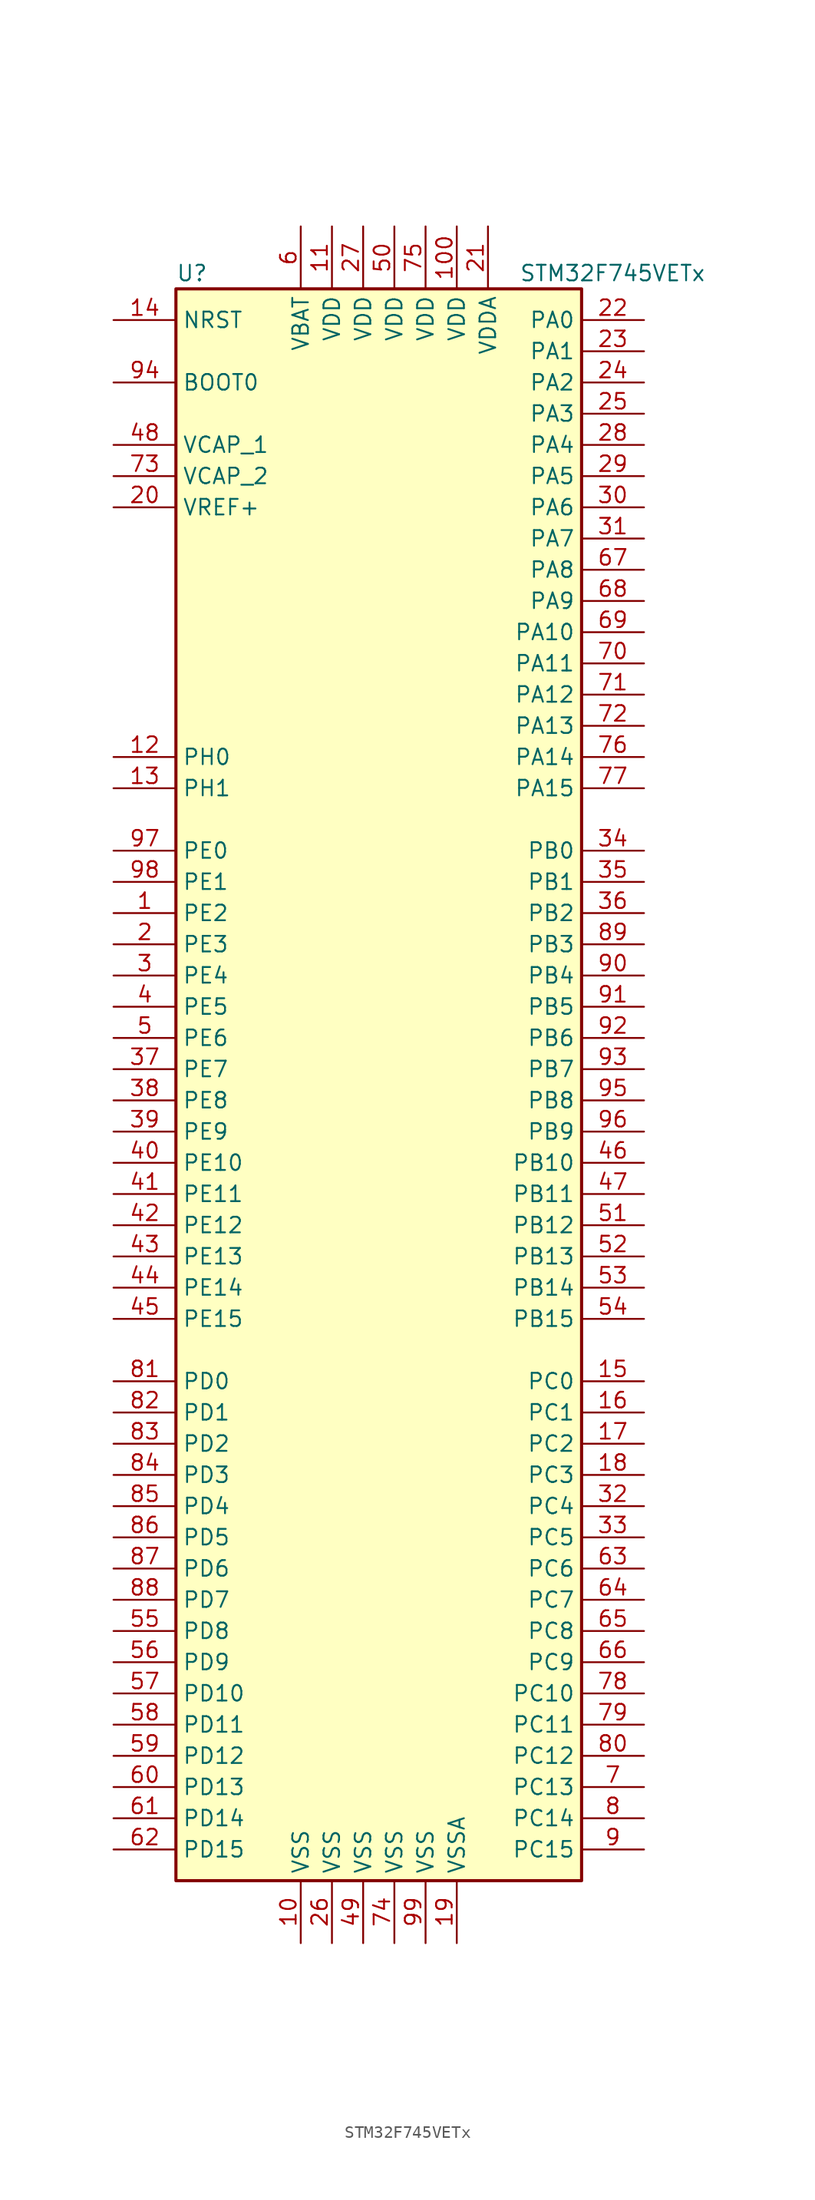
<source format=kicad_sym>
(kicad_symbol_lib
  (version 20220914)
  (generator kicad_symbol_editor)
  (symbol "STM32F745VETx"
    (property "Reference" "U"
      (at -17.78 64.77 0)
      (effects (font (size 1.27 1.27)) (justify left)))
    (property "Value" "STM32F745VETx"
      (at 10.16 64.77 0)
      (effects (font (size 1.27 1.27)) (justify left)))
    (symbol "STM32F745VETx_0_1"
      (rectangle (start -17.78 -66.04) (end 15.24 63.5) (stroke (width 0.254) (type default)) (fill (type background))))
    (symbol "STM32F745VETx_1_1"
      (pin bidirectional line (at -22.86 12.7 0) (length 5.08) (name "PE2" (effects (font (size 1.27 1.27)))) (number "1" (effects (font (size 1.27 1.27)))))
      (pin power_in line (at -7.62 -71.12 90) (length 5.08) (name "VSS" (effects (font (size 1.27 1.27)))) (number "10" (effects (font (size 1.27 1.27)))))
      (pin power_in line (at 5.08 68.58 270) (length 5.08) (name "VDD" (effects (font (size 1.27 1.27)))) (number "100" (effects (font (size 1.27 1.27)))))
      (pin power_in line (at -5.08 68.58 270) (length 5.08) (name "VDD" (effects (font (size 1.27 1.27)))) (number "11" (effects (font (size 1.27 1.27)))))
      (pin input line (at -22.86 25.4 0) (length 5.08) (name "PH0" (effects (font (size 1.27 1.27)))) (number "12" (effects (font (size 1.27 1.27)))))
      (pin input line (at -22.86 22.86 0) (length 5.08) (name "PH1" (effects (font (size 1.27 1.27)))) (number "13" (effects (font (size 1.27 1.27)))))
      (pin input line (at -22.86 60.96 0) (length 5.08) (name "NRST" (effects (font (size 1.27 1.27)))) (number "14" (effects (font (size 1.27 1.27)))))
      (pin bidirectional line (at 20.32 -25.4 180) (length 5.08) (name "PC0" (effects (font (size 1.27 1.27)))) (number "15" (effects (font (size 1.27 1.27)))))
      (pin bidirectional line (at 20.32 -27.94 180) (length 5.08) (name "PC1" (effects (font (size 1.27 1.27)))) (number "16" (effects (font (size 1.27 1.27)))))
      (pin bidirectional line (at 20.32 -30.48 180) (length 5.08) (name "PC2" (effects (font (size 1.27 1.27)))) (number "17" (effects (font (size 1.27 1.27)))))
      (pin bidirectional line (at 20.32 -33.02 180) (length 5.08) (name "PC3" (effects (font (size 1.27 1.27)))) (number "18" (effects (font (size 1.27 1.27)))))
      (pin power_in line (at 5.08 -71.12 90) (length 5.08) (name "VSSA" (effects (font (size 1.27 1.27)))) (number "19" (effects (font (size 1.27 1.27)))))
      (pin bidirectional line (at -22.86 10.16 0) (length 5.08) (name "PE3" (effects (font (size 1.27 1.27)))) (number "2" (effects (font (size 1.27 1.27)))))
      (pin power_in line (at -22.86 45.72 0) (length 5.08) (name "VREF+" (effects (font (size 1.27 1.27)))) (number "20" (effects (font (size 1.27 1.27)))))
      (pin power_in line (at 7.62 68.58 270) (length 5.08) (name "VDDA" (effects (font (size 1.27 1.27)))) (number "21" (effects (font (size 1.27 1.27)))))
      (pin bidirectional line (at 20.32 60.96 180) (length 5.08) (name "PA0" (effects (font (size 1.27 1.27)))) (number "22" (effects (font (size 1.27 1.27)))))
      (pin bidirectional line (at 20.32 58.42 180) (length 5.08) (name "PA1" (effects (font (size 1.27 1.27)))) (number "23" (effects (font (size 1.27 1.27)))))
      (pin bidirectional line (at 20.32 55.88 180) (length 5.08) (name "PA2" (effects (font (size 1.27 1.27)))) (number "24" (effects (font (size 1.27 1.27)))))
      (pin bidirectional line (at 20.32 53.34 180) (length 5.08) (name "PA3" (effects (font (size 1.27 1.27)))) (number "25" (effects (font (size 1.27 1.27)))))
      (pin power_in line (at -5.08 -71.12 90) (length 5.08) (name "VSS" (effects (font (size 1.27 1.27)))) (number "26" (effects (font (size 1.27 1.27)))))
      (pin power_in line (at -2.54 68.58 270) (length 5.08) (name "VDD" (effects (font (size 1.27 1.27)))) (number "27" (effects (font (size 1.27 1.27)))))
      (pin bidirectional line (at 20.32 50.8 180) (length 5.08) (name "PA4" (effects (font (size 1.27 1.27)))) (number "28" (effects (font (size 1.27 1.27)))))
      (pin bidirectional line (at 20.32 48.26 180) (length 5.08) (name "PA5" (effects (font (size 1.27 1.27)))) (number "29" (effects (font (size 1.27 1.27)))))
      (pin bidirectional line (at -22.86 7.62 0) (length 5.08) (name "PE4" (effects (font (size 1.27 1.27)))) (number "3" (effects (font (size 1.27 1.27)))))
      (pin bidirectional line (at 20.32 45.72 180) (length 5.08) (name "PA6" (effects (font (size 1.27 1.27)))) (number "30" (effects (font (size 1.27 1.27)))))
      (pin bidirectional line (at 20.32 43.18 180) (length 5.08) (name "PA7" (effects (font (size 1.27 1.27)))) (number "31" (effects (font (size 1.27 1.27)))))
      (pin bidirectional line (at 20.32 -35.56 180) (length 5.08) (name "PC4" (effects (font (size 1.27 1.27)))) (number "32" (effects (font (size 1.27 1.27)))))
      (pin bidirectional line (at 20.32 -38.1 180) (length 5.08) (name "PC5" (effects (font (size 1.27 1.27)))) (number "33" (effects (font (size 1.27 1.27)))))
      (pin bidirectional line (at 20.32 17.78 180) (length 5.08) (name "PB0" (effects (font (size 1.27 1.27)))) (number "34" (effects (font (size 1.27 1.27)))))
      (pin bidirectional line (at 20.32 15.24 180) (length 5.08) (name "PB1" (effects (font (size 1.27 1.27)))) (number "35" (effects (font (size 1.27 1.27)))))
      (pin bidirectional line (at 20.32 12.7 180) (length 5.08) (name "PB2" (effects (font (size 1.27 1.27)))) (number "36" (effects (font (size 1.27 1.27)))))
      (pin bidirectional line (at -22.86 0 0) (length 5.08) (name "PE7" (effects (font (size 1.27 1.27)))) (number "37" (effects (font (size 1.27 1.27)))))
      (pin bidirectional line (at -22.86 -2.54 0) (length 5.08) (name "PE8" (effects (font (size 1.27 1.27)))) (number "38" (effects (font (size 1.27 1.27)))))
      (pin bidirectional line (at -22.86 -5.08 0) (length 5.08) (name "PE9" (effects (font (size 1.27 1.27)))) (number "39" (effects (font (size 1.27 1.27)))))
      (pin bidirectional line (at -22.86 5.08 0) (length 5.08) (name "PE5" (effects (font (size 1.27 1.27)))) (number "4" (effects (font (size 1.27 1.27)))))
      (pin bidirectional line (at -22.86 -7.62 0) (length 5.08) (name "PE10" (effects (font (size 1.27 1.27)))) (number "40" (effects (font (size 1.27 1.27)))))
      (pin bidirectional line (at -22.86 -10.16 0) (length 5.08) (name "PE11" (effects (font (size 1.27 1.27)))) (number "41" (effects (font (size 1.27 1.27)))))
      (pin bidirectional line (at -22.86 -12.7 0) (length 5.08) (name "PE12" (effects (font (size 1.27 1.27)))) (number "42" (effects (font (size 1.27 1.27)))))
      (pin bidirectional line (at -22.86 -15.24 0) (length 5.08) (name "PE13" (effects (font (size 1.27 1.27)))) (number "43" (effects (font (size 1.27 1.27)))))
      (pin bidirectional line (at -22.86 -17.78 0) (length 5.08) (name "PE14" (effects (font (size 1.27 1.27)))) (number "44" (effects (font (size 1.27 1.27)))))
      (pin bidirectional line (at -22.86 -20.32 0) (length 5.08) (name "PE15" (effects (font (size 1.27 1.27)))) (number "45" (effects (font (size 1.27 1.27)))))
      (pin bidirectional line (at 20.32 -7.62 180) (length 5.08) (name "PB10" (effects (font (size 1.27 1.27)))) (number "46" (effects (font (size 1.27 1.27)))))
      (pin bidirectional line (at 20.32 -10.16 180) (length 5.08) (name "PB11" (effects (font (size 1.27 1.27)))) (number "47" (effects (font (size 1.27 1.27)))))
      (pin power_in line (at -22.86 50.8 0) (length 5.08) (name "VCAP_1" (effects (font (size 1.27 1.27)))) (number "48" (effects (font (size 1.27 1.27)))))
      (pin power_in line (at -2.54 -71.12 90) (length 5.08) (name "VSS" (effects (font (size 1.27 1.27)))) (number "49" (effects (font (size 1.27 1.27)))))
      (pin bidirectional line (at -22.86 2.54 0) (length 5.08) (name "PE6" (effects (font (size 1.27 1.27)))) (number "5" (effects (font (size 1.27 1.27)))))
      (pin power_in line (at 0 68.58 270) (length 5.08) (name "VDD" (effects (font (size 1.27 1.27)))) (number "50" (effects (font (size 1.27 1.27)))))
      (pin bidirectional line (at 20.32 -12.7 180) (length 5.08) (name "PB12" (effects (font (size 1.27 1.27)))) (number "51" (effects (font (size 1.27 1.27)))))
      (pin bidirectional line (at 20.32 -15.24 180) (length 5.08) (name "PB13" (effects (font (size 1.27 1.27)))) (number "52" (effects (font (size 1.27 1.27)))))
      (pin bidirectional line (at 20.32 -17.78 180) (length 5.08) (name "PB14" (effects (font (size 1.27 1.27)))) (number "53" (effects (font (size 1.27 1.27)))))
      (pin bidirectional line (at 20.32 -20.32 180) (length 5.08) (name "PB15" (effects (font (size 1.27 1.27)))) (number "54" (effects (font (size 1.27 1.27)))))
      (pin bidirectional line (at -22.86 -45.72 0) (length 5.08) (name "PD8" (effects (font (size 1.27 1.27)))) (number "55" (effects (font (size 1.27 1.27)))))
      (pin bidirectional line (at -22.86 -48.26 0) (length 5.08) (name "PD9" (effects (font (size 1.27 1.27)))) (number "56" (effects (font (size 1.27 1.27)))))
      (pin bidirectional line (at -22.86 -50.8 0) (length 5.08) (name "PD10" (effects (font (size 1.27 1.27)))) (number "57" (effects (font (size 1.27 1.27)))))
      (pin bidirectional line (at -22.86 -53.34 0) (length 5.08) (name "PD11" (effects (font (size 1.27 1.27)))) (number "58" (effects (font (size 1.27 1.27)))))
      (pin bidirectional line (at -22.86 -55.88 0) (length 5.08) (name "PD12" (effects (font (size 1.27 1.27)))) (number "59" (effects (font (size 1.27 1.27)))))
      (pin power_in line (at -7.62 68.58 270) (length 5.08) (name "VBAT" (effects (font (size 1.27 1.27)))) (number "6" (effects (font (size 1.27 1.27)))))
      (pin bidirectional line (at -22.86 -58.42 0) (length 5.08) (name "PD13" (effects (font (size 1.27 1.27)))) (number "60" (effects (font (size 1.27 1.27)))))
      (pin bidirectional line (at -22.86 -60.96 0) (length 5.08) (name "PD14" (effects (font (size 1.27 1.27)))) (number "61" (effects (font (size 1.27 1.27)))))
      (pin bidirectional line (at -22.86 -63.5 0) (length 5.08) (name "PD15" (effects (font (size 1.27 1.27)))) (number "62" (effects (font (size 1.27 1.27)))))
      (pin bidirectional line (at 20.32 -40.64 180) (length 5.08) (name "PC6" (effects (font (size 1.27 1.27)))) (number "63" (effects (font (size 1.27 1.27)))))
      (pin bidirectional line (at 20.32 -43.18 180) (length 5.08) (name "PC7" (effects (font (size 1.27 1.27)))) (number "64" (effects (font (size 1.27 1.27)))))
      (pin bidirectional line (at 20.32 -45.72 180) (length 5.08) (name "PC8" (effects (font (size 1.27 1.27)))) (number "65" (effects (font (size 1.27 1.27)))))
      (pin bidirectional line (at 20.32 -48.26 180) (length 5.08) (name "PC9" (effects (font (size 1.27 1.27)))) (number "66" (effects (font (size 1.27 1.27)))))
      (pin bidirectional line (at 20.32 40.64 180) (length 5.08) (name "PA8" (effects (font (size 1.27 1.27)))) (number "67" (effects (font (size 1.27 1.27)))))
      (pin bidirectional line (at 20.32 38.1 180) (length 5.08) (name "PA9" (effects (font (size 1.27 1.27)))) (number "68" (effects (font (size 1.27 1.27)))))
      (pin bidirectional line (at 20.32 35.56 180) (length 5.08) (name "PA10" (effects (font (size 1.27 1.27)))) (number "69" (effects (font (size 1.27 1.27)))))
      (pin bidirectional line (at 20.32 -58.42 180) (length 5.08) (name "PC13" (effects (font (size 1.27 1.27)))) (number "7" (effects (font (size 1.27 1.27)))))
      (pin bidirectional line (at 20.32 33.02 180) (length 5.08) (name "PA11" (effects (font (size 1.27 1.27)))) (number "70" (effects (font (size 1.27 1.27)))))
      (pin bidirectional line (at 20.32 30.48 180) (length 5.08) (name "PA12" (effects (font (size 1.27 1.27)))) (number "71" (effects (font (size 1.27 1.27)))))
      (pin bidirectional line (at 20.32 27.94 180) (length 5.08) (name "PA13" (effects (font (size 1.27 1.27)))) (number "72" (effects (font (size 1.27 1.27)))))
      (pin power_in line (at -22.86 48.26 0) (length 5.08) (name "VCAP_2" (effects (font (size 1.27 1.27)))) (number "73" (effects (font (size 1.27 1.27)))))
      (pin power_in line (at 0 -71.12 90) (length 5.08) (name "VSS" (effects (font (size 1.27 1.27)))) (number "74" (effects (font (size 1.27 1.27)))))
      (pin power_in line (at 2.54 68.58 270) (length 5.08) (name "VDD" (effects (font (size 1.27 1.27)))) (number "75" (effects (font (size 1.27 1.27)))))
      (pin bidirectional line (at 20.32 25.4 180) (length 5.08) (name "PA14" (effects (font (size 1.27 1.27)))) (number "76" (effects (font (size 1.27 1.27)))))
      (pin bidirectional line (at 20.32 22.86 180) (length 5.08) (name "PA15" (effects (font (size 1.27 1.27)))) (number "77" (effects (font (size 1.27 1.27)))))
      (pin bidirectional line (at 20.32 -50.8 180) (length 5.08) (name "PC10" (effects (font (size 1.27 1.27)))) (number "78" (effects (font (size 1.27 1.27)))))
      (pin bidirectional line (at 20.32 -53.34 180) (length 5.08) (name "PC11" (effects (font (size 1.27 1.27)))) (number "79" (effects (font (size 1.27 1.27)))))
      (pin bidirectional line (at 20.32 -60.96 180) (length 5.08) (name "PC14" (effects (font (size 1.27 1.27)))) (number "8" (effects (font (size 1.27 1.27)))))
      (pin bidirectional line (at 20.32 -55.88 180) (length 5.08) (name "PC12" (effects (font (size 1.27 1.27)))) (number "80" (effects (font (size 1.27 1.27)))))
      (pin bidirectional line (at -22.86 -25.4 0) (length 5.08) (name "PD0" (effects (font (size 1.27 1.27)))) (number "81" (effects (font (size 1.27 1.27)))))
      (pin bidirectional line (at -22.86 -27.94 0) (length 5.08) (name "PD1" (effects (font (size 1.27 1.27)))) (number "82" (effects (font (size 1.27 1.27)))))
      (pin bidirectional line (at -22.86 -30.48 0) (length 5.08) (name "PD2" (effects (font (size 1.27 1.27)))) (number "83" (effects (font (size 1.27 1.27)))))
      (pin bidirectional line (at -22.86 -33.02 0) (length 5.08) (name "PD3" (effects (font (size 1.27 1.27)))) (number "84" (effects (font (size 1.27 1.27)))))
      (pin bidirectional line (at -22.86 -35.56 0) (length 5.08) (name "PD4" (effects (font (size 1.27 1.27)))) (number "85" (effects (font (size 1.27 1.27)))))
      (pin bidirectional line (at -22.86 -38.1 0) (length 5.08) (name "PD5" (effects (font (size 1.27 1.27)))) (number "86" (effects (font (size 1.27 1.27)))))
      (pin bidirectional line (at -22.86 -40.64 0) (length 5.08) (name "PD6" (effects (font (size 1.27 1.27)))) (number "87" (effects (font (size 1.27 1.27)))))
      (pin bidirectional line (at -22.86 -43.18 0) (length 5.08) (name "PD7" (effects (font (size 1.27 1.27)))) (number "88" (effects (font (size 1.27 1.27)))))
      (pin bidirectional line (at 20.32 10.16 180) (length 5.08) (name "PB3" (effects (font (size 1.27 1.27)))) (number "89" (effects (font (size 1.27 1.27)))))
      (pin bidirectional line (at 20.32 -63.5 180) (length 5.08) (name "PC15" (effects (font (size 1.27 1.27)))) (number "9" (effects (font (size 1.27 1.27)))))
      (pin bidirectional line (at 20.32 7.62 180) (length 5.08) (name "PB4" (effects (font (size 1.27 1.27)))) (number "90" (effects (font (size 1.27 1.27)))))
      (pin bidirectional line (at 20.32 5.08 180) (length 5.08) (name "PB5" (effects (font (size 1.27 1.27)))) (number "91" (effects (font (size 1.27 1.27)))))
      (pin bidirectional line (at 20.32 2.54 180) (length 5.08) (name "PB6" (effects (font (size 1.27 1.27)))) (number "92" (effects (font (size 1.27 1.27)))))
      (pin bidirectional line (at 20.32 0 180) (length 5.08) (name "PB7" (effects (font (size 1.27 1.27)))) (number "93" (effects (font (size 1.27 1.27)))))
      (pin input line (at -22.86 55.88 0) (length 5.08) (name "BOOT0" (effects (font (size 1.27 1.27)))) (number "94" (effects (font (size 1.27 1.27)))))
      (pin bidirectional line (at 20.32 -2.54 180) (length 5.08) (name "PB8" (effects (font (size 1.27 1.27)))) (number "95" (effects (font (size 1.27 1.27)))))
      (pin bidirectional line (at 20.32 -5.08 180) (length 5.08) (name "PB9" (effects (font (size 1.27 1.27)))) (number "96" (effects (font (size 1.27 1.27)))))
      (pin bidirectional line (at -22.86 17.78 0) (length 5.08) (name "PE0" (effects (font (size 1.27 1.27)))) (number "97" (effects (font (size 1.27 1.27)))))
      (pin bidirectional line (at -22.86 15.24 0) (length 5.08) (name "PE1" (effects (font (size 1.27 1.27)))) (number "98" (effects (font (size 1.27 1.27)))))
      (pin power_in line (at 2.54 -71.12 90) (length 5.08) (name "VSS" (effects (font (size 1.27 1.27)))) (number "99" (effects (font (size 1.27 1.27))))))))
</source>
